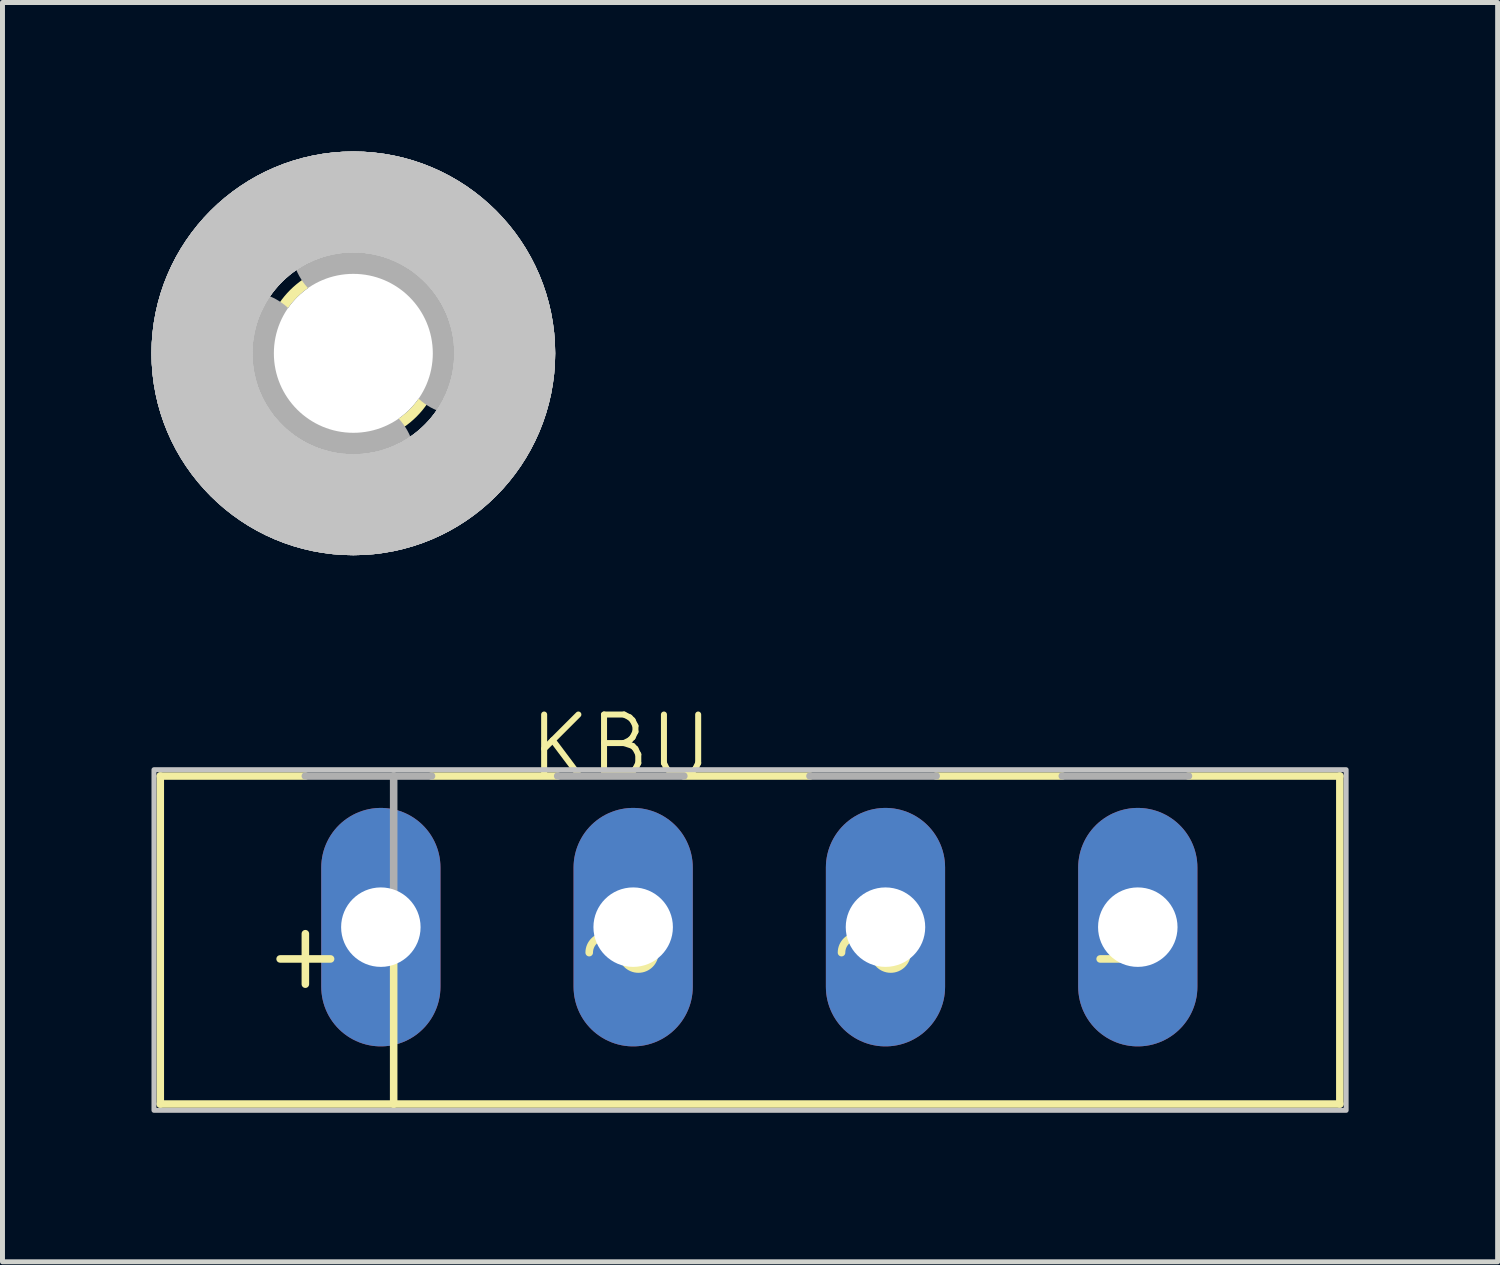
<source format=kicad_pcb>
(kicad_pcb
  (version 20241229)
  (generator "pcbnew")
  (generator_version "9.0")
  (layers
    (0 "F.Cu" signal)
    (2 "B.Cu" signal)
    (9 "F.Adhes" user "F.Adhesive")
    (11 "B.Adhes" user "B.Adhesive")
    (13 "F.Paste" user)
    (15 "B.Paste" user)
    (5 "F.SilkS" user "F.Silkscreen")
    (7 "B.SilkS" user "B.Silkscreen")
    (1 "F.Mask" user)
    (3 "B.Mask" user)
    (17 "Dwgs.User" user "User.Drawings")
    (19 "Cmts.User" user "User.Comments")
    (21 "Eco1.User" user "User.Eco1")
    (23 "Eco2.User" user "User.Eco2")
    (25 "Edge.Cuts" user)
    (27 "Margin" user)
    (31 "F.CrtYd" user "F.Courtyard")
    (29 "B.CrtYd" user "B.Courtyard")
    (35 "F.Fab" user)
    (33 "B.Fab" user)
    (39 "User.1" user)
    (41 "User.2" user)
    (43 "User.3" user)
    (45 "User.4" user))
  (footprint "KBU"
    (layer "F.Cu")
    (at 12.238 18.157)
    (property "Reference" "KBU" (at -4.699 -5.461 180) (layer "F.SilkS") (effects (font (size 1.206 1.206) (thickness 0.121)) (justify left bottom)))
    (attr through_hole)
    (fp_line (start -12.061 -5.583) (end -9.14 -5.583) (stroke (width 0.152) (type solid)) (layer "F.SilkS"))
    (fp_line (start -12.061 1.021) (end -12.061 -5.583) (stroke (width 0.152) (type solid)) (layer "F.SilkS"))
    (fp_line (start -12.061 1.021) (end -7.362 1.021) (stroke (width 0.152) (type solid)) (layer "F.SilkS"))
    (fp_line (start -9.648 -1.9) (end -8.632 -1.9) (stroke (width 0.152) (type solid)) (layer "F.SilkS"))
    (fp_line (start -9.14 -1.392) (end -9.14 -2.408) (stroke (width 0.152) (type solid)) (layer "F.SilkS"))
    (fp_line (start -7.362 -2.662) (end -7.362 1.021) (stroke (width 0.152) (type solid)) (layer "F.SilkS"))
    (fp_line (start -7.362 1.021) (end 11.688 1.021) (stroke (width 0.152) (type solid)) (layer "F.SilkS"))
    (fp_line (start -4.06 -5.583) (end -6.6 -5.583) (stroke (width 0.152) (type solid)) (layer "F.SilkS"))
    (fp_line (start -1.52 -5.583) (end 1.02 -5.583) (stroke (width 0.152) (type solid)) (layer "F.SilkS"))
    (fp_line (start 3.56 -5.583) (end 6.1 -5.583) (stroke (width 0.152) (type solid)) (layer "F.SilkS"))
    (fp_line (start 6.862 -1.9) (end 7.878 -1.9) (stroke (width 0.152) (type solid)) (layer "F.SilkS"))
    (fp_line (start 8.64 -5.583) (end 11.688 -5.583) (stroke (width 0.152) (type solid)) (layer "F.SilkS"))
    (fp_line (start 11.688 -5.583) (end 11.688 1.021) (stroke (width 0.152) (type solid)) (layer "F.SilkS"))
    (fp_arc (start -3.425 -2.027) (mid -3.094799 -2.357199) (end -2.7646 -2.026998) (stroke (width 0.1524) (type solid)) (layer "F.SilkS"))
    (fp_arc (start -2.1042 -2.027) (mid -2.4344 -1.6968) (end -2.7646 -2.027) (stroke (width 0.1524) (type solid)) (layer "F.SilkS"))
    (fp_arc (start 1.655 -2.027) (mid 1.985201 -2.357199) (end 2.3154 -2.026998) (stroke (width 0.1524) (type solid)) (layer "F.SilkS"))
    (fp_arc (start 2.9758 -2.027) (mid 2.6456 -1.6968) (end 2.3154 -2.027) (stroke (width 0.1524) (type solid)) (layer "F.SilkS"))
    (fp_poly (pts (xy -12.188 1.148) (xy 11.815 1.148) (xy 11.815 -5.71) (xy -12.188 -5.71)) (stroke (width 0.1) (type solid)) (fill no) (layer "Dwgs.User"))
    (fp_line (start -9.14 -5.583) (end -7.362 -5.583) (stroke (width 0.152) (type solid)) (layer "F.Fab"))
    (fp_line (start -7.362 -5.583) (end -7.362 -2.662) (stroke (width 0.152) (type solid)) (layer "F.Fab"))
    (fp_line (start -7.362 -5.583) (end -6.6 -5.583) (stroke (width 0.152) (type solid)) (layer "F.Fab"))
    (fp_line (start -1.52 -5.583) (end -4.06 -5.583) (stroke (width 0.152) (type solid)) (layer "F.Fab"))
    (fp_line (start 3.56 -5.583) (end 1.02 -5.583) (stroke (width 0.152) (type solid)) (layer "F.Fab"))
    (fp_line (start 8.64 -5.583) (end 6.1 -5.583) (stroke (width 0.152) (type solid)) (layer "F.Fab"))
    (pad "+" thru_hole oval (at -7.62 -2.54 90) (size 4.801 2.4) (drill 1.6) (layers "*.Cu" "*.Mask"))
    (pad "-" thru_hole oval (at 7.62 -2.54 90) (size 4.801 2.4) (drill 1.6) (layers "*.Cu" "*.Mask"))
    (pad "AC1" thru_hole oval (at -2.54 -2.54 90) (size 4.801 2.4) (drill 1.6) (layers "*.Cu" "*.Mask"))
    (pad "AC2" thru_hole oval (at 2.54 -2.54 90) (size 4.801 2.4) (drill 1.6) (layers "*.Cu" "*.Mask")))
  (footprint "3,2"
    (layer "F.Cu")
    (at 4.064 4.064)
    (property "Reference" "3,2" (at 0 0 0) (layer "F.SilkS") (effects (font (size 1.27 1.27) (thickness 0.15))))
    (attr through_hole)
    (fp_circle (center 0 0) (end 1.7 0) (stroke (width 0.203) (type solid)) (fill no) (layer "F.SilkS"))
    (fp_circle (center 0 0) (end 3.429 0) (stroke (width 0.152) (type solid)) (fill no) (layer "F.SilkS"))
    (fp_circle (center 0 0) (end 3.048 0) (stroke (width 2.032) (type solid)) (fill no) (layer "Dwgs.User"))
    (fp_circle (center 0 0) (end 3.048 0) (stroke (width 2.032) (type solid)) (fill no) (layer "Dwgs.User"))
    (fp_circle (center 0 0) (end 3.048 0) (stroke (width 2.032) (type solid)) (fill no) (layer "Dwgs.User"))
    (fp_circle (center 0 0) (end 3.048 0) (stroke (width 2.032) (type solid)) (fill no) (layer "Dwgs.User"))
    (fp_circle (center 0 0) (end 3.048 0) (stroke (width 2.032) (type solid)) (fill no) (layer "Dwgs.User"))
    (fp_arc (start 0 -2.159) (mid 1.526644 -1.526644) (end 2.159 0) (stroke (width 2.4892) (type solid)) (layer "F.Fab"))
    (fp_arc (start 0 2.159) (mid -1.526644 1.526644) (end -2.159 0) (stroke (width 2.4892) (type solid)) (layer "F.Fab"))
    (fp_circle (center 0 0) (end 0.762 0) (stroke (width 0.457) (type solid)) (fill no) (layer "F.Fab"))
    (pad "" np_thru_hole circle (at 0 0) (size 3.2 3.2) (drill 3.2) (layers "*.Cu" "*.Mask")))
  (gr_rect
    (start -3 -3)
    (end 27.103 22.355)
    (stroke (width 0.1) (type default))
    (fill no)
    (layer "Edge.Cuts")))
</source>
